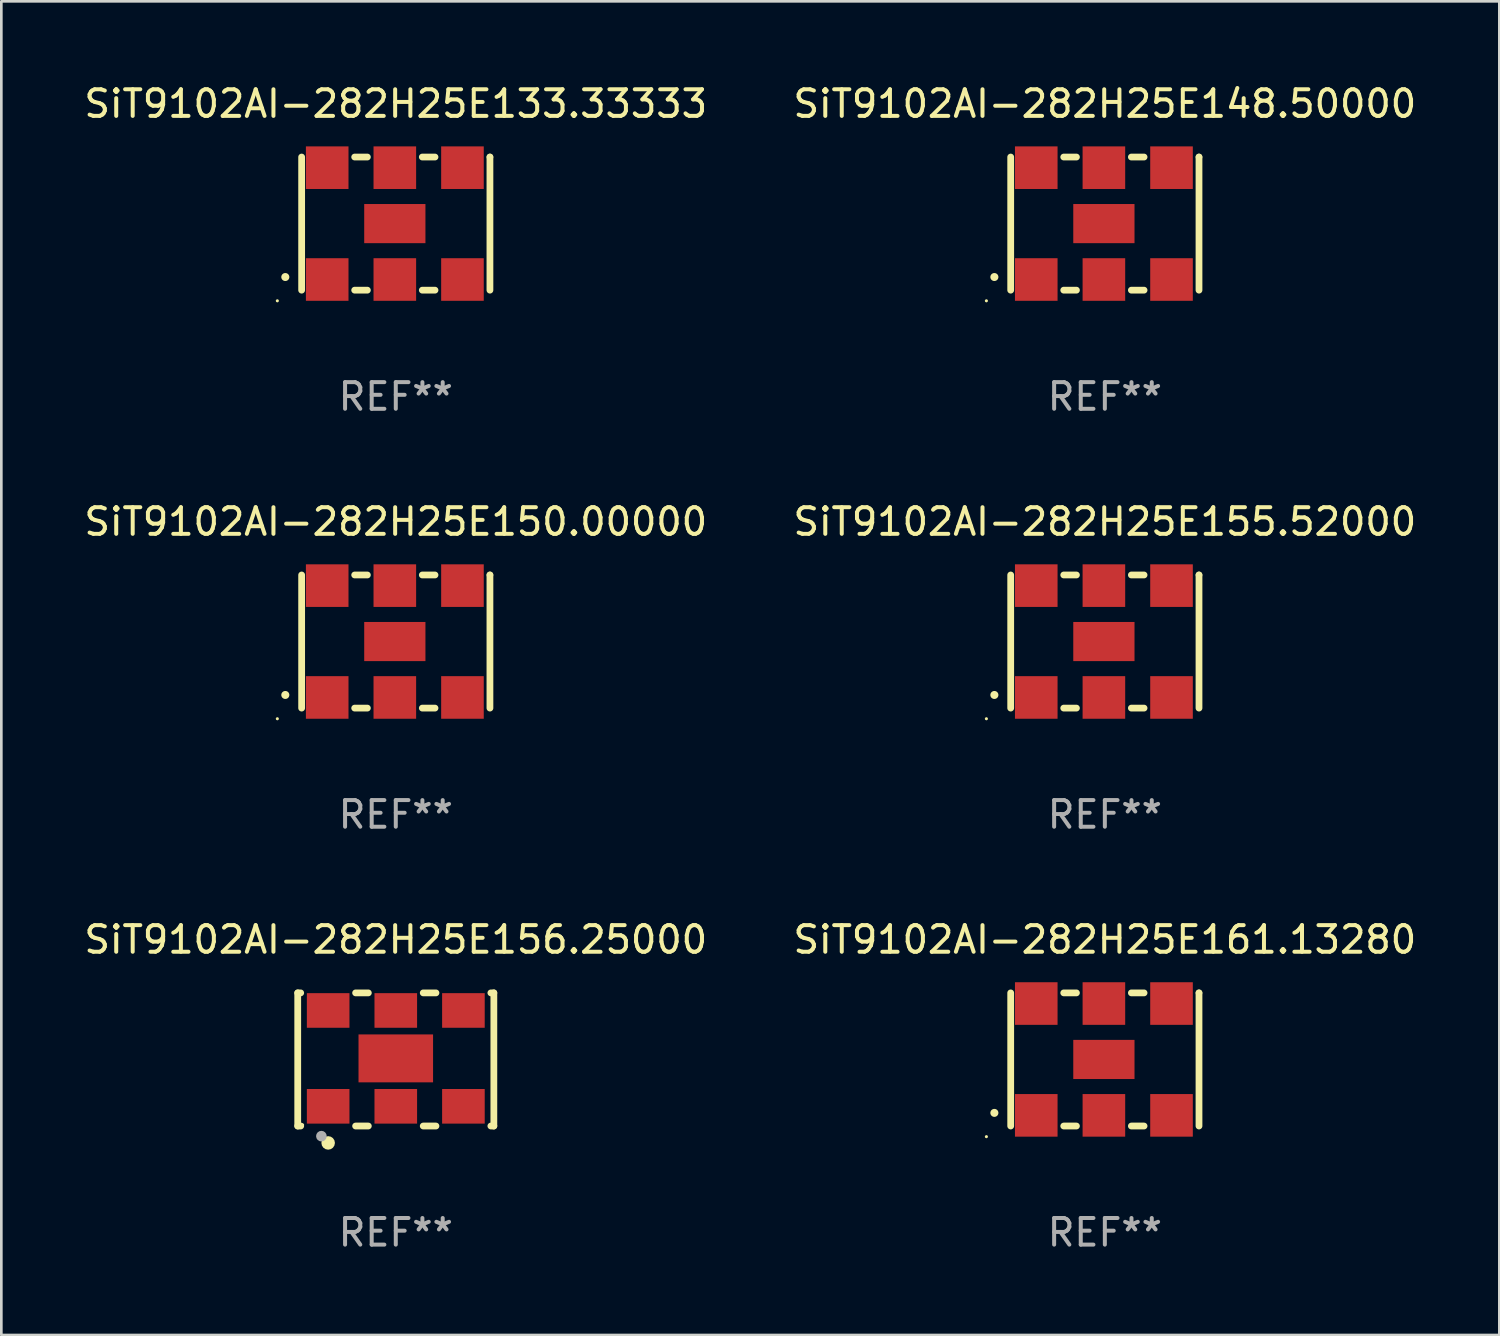
<source format=kicad_pcb>
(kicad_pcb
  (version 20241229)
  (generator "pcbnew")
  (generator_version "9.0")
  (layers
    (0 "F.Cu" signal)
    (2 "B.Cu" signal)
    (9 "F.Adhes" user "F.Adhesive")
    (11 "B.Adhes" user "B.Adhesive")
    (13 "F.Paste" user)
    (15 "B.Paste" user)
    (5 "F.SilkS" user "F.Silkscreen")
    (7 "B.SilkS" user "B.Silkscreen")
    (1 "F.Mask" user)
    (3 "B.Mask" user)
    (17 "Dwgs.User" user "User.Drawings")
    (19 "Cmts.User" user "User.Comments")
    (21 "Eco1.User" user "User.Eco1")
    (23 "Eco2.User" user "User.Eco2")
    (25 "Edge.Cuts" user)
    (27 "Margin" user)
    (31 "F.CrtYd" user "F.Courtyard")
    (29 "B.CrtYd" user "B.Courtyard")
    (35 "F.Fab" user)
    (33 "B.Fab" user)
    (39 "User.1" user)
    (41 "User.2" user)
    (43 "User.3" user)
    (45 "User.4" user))
  (footprint "SiT9102AI-282H25E150.00000"
    (layer "F.Cu")
    (at 11.815 21.045)
    (property "Reference" "SiT9102AI-282H25E150.00000" (at 0 -4.5 0) (layer "F.SilkS") (effects (font (size 1 1) (thickness 0.15))))
    (attr through_hole)
    (fp_line (start -3.536 -2.5) (end -3.536 2.5) (stroke (width 0.254) (type solid)) (layer "F.SilkS"))
    (fp_line (start -1.544 2.5) (end -1.067 2.5) (stroke (width 0.254) (type solid)) (layer "F.SilkS"))
    (fp_line (start -1.067 -2.5) (end -1.544 -2.5) (stroke (width 0.254) (type solid)) (layer "F.SilkS"))
    (fp_line (start 0.996 2.5) (end 1.473 2.5) (stroke (width 0.254) (type solid)) (layer "F.SilkS"))
    (fp_line (start 1.473 -2.5) (end 0.996 -2.5) (stroke (width 0.254) (type solid)) (layer "F.SilkS"))
    (fp_line (start 3.536 -2.5) (end 3.536 -2.5) (stroke (width 0.254) (type solid)) (layer "F.SilkS"))
    (fp_line (start 3.536 2.5) (end 3.536 -2.5) (stroke (width 0.254) (type solid)) (layer "F.SilkS"))
    (fp_arc (start -4.150432 2.006604) (mid -4.149162 2.006599) (end -4.147892 2.006604) (stroke (width 0.3) (type solid)) (layer "F.SilkS"))
    (fp_circle (center -4.449 2.9) (end -4.419 2.9) (stroke (width 0.06) (type solid)) (fill no) (layer "F.SilkS"))
    (fp_text user "REF**" (at 0 6.5 0) (layer "F.Fab") (effects (font (size 1 1) (thickness 0.15))))
    (pad "1" smd rect (at -2.576 2.1) (size 1.6 1.6) (layers "F.Cu" "F.Mask" "F.Paste"))
    (pad "2" smd rect (at -0.036 2.1) (size 1.6 1.6) (layers "F.Cu" "F.Mask" "F.Paste"))
    (pad "3" smd rect (at 2.504 2.1) (size 1.6 1.6) (layers "F.Cu" "F.Mask" "F.Paste"))
    (pad "4" smd rect (at 2.504 -2.1) (size 1.6 1.6) (layers "F.Cu" "F.Mask" "F.Paste"))
    (pad "5" smd rect (at -0.036 -2.1) (size 1.6 1.6) (layers "F.Cu" "F.Mask" "F.Paste"))
    (pad "6" smd rect (at -2.576 -2.1) (size 1.6 1.6) (layers "F.Cu" "F.Mask" "F.Paste"))
    (pad "7" smd rect (at -0.036 0) (size 2.3 1.47) (layers "F.Cu" "F.Mask" "F.Paste")))
  (footprint "SiT9102AI-282H25E133.33333"
    (layer "F.Cu")
    (at 11.815 5.348)
    (property "Reference" "SiT9102AI-282H25E133.33333" (at 0 -4.5 0) (layer "F.SilkS") (effects (font (size 1 1) (thickness 0.15))))
    (attr through_hole)
    (fp_line (start -3.536 -2.5) (end -3.536 2.5) (stroke (width 0.254) (type solid)) (layer "F.SilkS"))
    (fp_line (start -1.544 2.5) (end -1.067 2.5) (stroke (width 0.254) (type solid)) (layer "F.SilkS"))
    (fp_line (start -1.067 -2.5) (end -1.544 -2.5) (stroke (width 0.254) (type solid)) (layer "F.SilkS"))
    (fp_line (start 0.996 2.5) (end 1.473 2.5) (stroke (width 0.254) (type solid)) (layer "F.SilkS"))
    (fp_line (start 1.473 -2.5) (end 0.996 -2.5) (stroke (width 0.254) (type solid)) (layer "F.SilkS"))
    (fp_line (start 3.536 -2.5) (end 3.536 -2.5) (stroke (width 0.254) (type solid)) (layer "F.SilkS"))
    (fp_line (start 3.536 2.5) (end 3.536 -2.5) (stroke (width 0.254) (type solid)) (layer "F.SilkS"))
    (fp_arc (start -4.150432 2.006604) (mid -4.149162 2.006599) (end -4.147892 2.006604) (stroke (width 0.3) (type solid)) (layer "F.SilkS"))
    (fp_circle (center -4.449 2.9) (end -4.419 2.9) (stroke (width 0.06) (type solid)) (fill no) (layer "F.SilkS"))
    (fp_text user "REF**" (at 0 6.5 0) (layer "F.Fab") (effects (font (size 1 1) (thickness 0.15))))
    (pad "1" smd rect (at -2.576 2.1) (size 1.6 1.6) (layers "F.Cu" "F.Mask" "F.Paste"))
    (pad "2" smd rect (at -0.036 2.1) (size 1.6 1.6) (layers "F.Cu" "F.Mask" "F.Paste"))
    (pad "3" smd rect (at 2.504 2.1) (size 1.6 1.6) (layers "F.Cu" "F.Mask" "F.Paste"))
    (pad "4" smd rect (at 2.504 -2.1) (size 1.6 1.6) (layers "F.Cu" "F.Mask" "F.Paste"))
    (pad "5" smd rect (at -0.036 -2.1) (size 1.6 1.6) (layers "F.Cu" "F.Mask" "F.Paste"))
    (pad "6" smd rect (at -2.576 -2.1) (size 1.6 1.6) (layers "F.Cu" "F.Mask" "F.Paste"))
    (pad "7" smd rect (at -0.036 0) (size 2.3 1.47) (layers "F.Cu" "F.Mask" "F.Paste")))
  (footprint "SiT9102AI-282H25E161.13280"
    (layer "F.Cu")
    (at 38.446 36.741)
    (property "Reference" "SiT9102AI-282H25E161.13280" (at 0 -4.5 0) (layer "F.SilkS") (effects (font (size 1 1) (thickness 0.15))))
    (attr through_hole)
    (fp_line (start -3.536 -2.5) (end -3.536 2.5) (stroke (width 0.254) (type solid)) (layer "F.SilkS"))
    (fp_line (start -1.544 2.5) (end -1.067 2.5) (stroke (width 0.254) (type solid)) (layer "F.SilkS"))
    (fp_line (start -1.067 -2.5) (end -1.544 -2.5) (stroke (width 0.254) (type solid)) (layer "F.SilkS"))
    (fp_line (start 0.996 2.5) (end 1.473 2.5) (stroke (width 0.254) (type solid)) (layer "F.SilkS"))
    (fp_line (start 1.473 -2.5) (end 0.996 -2.5) (stroke (width 0.254) (type solid)) (layer "F.SilkS"))
    (fp_line (start 3.536 -2.5) (end 3.536 -2.5) (stroke (width 0.254) (type solid)) (layer "F.SilkS"))
    (fp_line (start 3.536 2.5) (end 3.536 -2.5) (stroke (width 0.254) (type solid)) (layer "F.SilkS"))
    (fp_arc (start -4.150432 2.006604) (mid -4.149162 2.006599) (end -4.147892 2.006604) (stroke (width 0.3) (type solid)) (layer "F.SilkS"))
    (fp_circle (center -4.449 2.9) (end -4.419 2.9) (stroke (width 0.06) (type solid)) (fill no) (layer "F.SilkS"))
    (fp_text user "REF**" (at 0 6.5 0) (layer "F.Fab") (effects (font (size 1 1) (thickness 0.15))))
    (pad "1" smd rect (at -2.576 2.1) (size 1.6 1.6) (layers "F.Cu" "F.Mask" "F.Paste"))
    (pad "2" smd rect (at -0.036 2.1) (size 1.6 1.6) (layers "F.Cu" "F.Mask" "F.Paste"))
    (pad "3" smd rect (at 2.504 2.1) (size 1.6 1.6) (layers "F.Cu" "F.Mask" "F.Paste"))
    (pad "4" smd rect (at 2.504 -2.1) (size 1.6 1.6) (layers "F.Cu" "F.Mask" "F.Paste"))
    (pad "5" smd rect (at -0.036 -2.1) (size 1.6 1.6) (layers "F.Cu" "F.Mask" "F.Paste"))
    (pad "6" smd rect (at -2.576 -2.1) (size 1.6 1.6) (layers "F.Cu" "F.Mask" "F.Paste"))
    (pad "7" smd rect (at -0.036 0) (size 2.3 1.47) (layers "F.Cu" "F.Mask" "F.Paste")))
  (footprint "SiT9102AI-282H25E155.52000"
    (layer "F.Cu")
    (at 38.446 21.045)
    (property "Reference" "SiT9102AI-282H25E155.52000" (at 0 -4.5 0) (layer "F.SilkS") (effects (font (size 1 1) (thickness 0.15))))
    (attr through_hole)
    (fp_line (start -3.536 -2.5) (end -3.536 2.5) (stroke (width 0.254) (type solid)) (layer "F.SilkS"))
    (fp_line (start -1.544 2.5) (end -1.067 2.5) (stroke (width 0.254) (type solid)) (layer "F.SilkS"))
    (fp_line (start -1.067 -2.5) (end -1.544 -2.5) (stroke (width 0.254) (type solid)) (layer "F.SilkS"))
    (fp_line (start 0.996 2.5) (end 1.473 2.5) (stroke (width 0.254) (type solid)) (layer "F.SilkS"))
    (fp_line (start 1.473 -2.5) (end 0.996 -2.5) (stroke (width 0.254) (type solid)) (layer "F.SilkS"))
    (fp_line (start 3.536 -2.5) (end 3.536 -2.5) (stroke (width 0.254) (type solid)) (layer "F.SilkS"))
    (fp_line (start 3.536 2.5) (end 3.536 -2.5) (stroke (width 0.254) (type solid)) (layer "F.SilkS"))
    (fp_arc (start -4.150432 2.006604) (mid -4.149162 2.006599) (end -4.147892 2.006604) (stroke (width 0.3) (type solid)) (layer "F.SilkS"))
    (fp_circle (center -4.449 2.9) (end -4.419 2.9) (stroke (width 0.06) (type solid)) (fill no) (layer "F.SilkS"))
    (fp_text user "REF**" (at 0 6.5 0) (layer "F.Fab") (effects (font (size 1 1) (thickness 0.15))))
    (pad "1" smd rect (at -2.576 2.1) (size 1.6 1.6) (layers "F.Cu" "F.Mask" "F.Paste"))
    (pad "2" smd rect (at -0.036 2.1) (size 1.6 1.6) (layers "F.Cu" "F.Mask" "F.Paste"))
    (pad "3" smd rect (at 2.504 2.1) (size 1.6 1.6) (layers "F.Cu" "F.Mask" "F.Paste"))
    (pad "4" smd rect (at 2.504 -2.1) (size 1.6 1.6) (layers "F.Cu" "F.Mask" "F.Paste"))
    (pad "5" smd rect (at -0.036 -2.1) (size 1.6 1.6) (layers "F.Cu" "F.Mask" "F.Paste"))
    (pad "6" smd rect (at -2.576 -2.1) (size 1.6 1.6) (layers "F.Cu" "F.Mask" "F.Paste"))
    (pad "7" smd rect (at -0.036 0) (size 2.3 1.47) (layers "F.Cu" "F.Mask" "F.Paste")))
  (footprint "SiT9102AI-282H25E156.25000"
    (layer "F.Cu")
    (at 11.815 36.741)
    (property "Reference" "SiT9102AI-282H25E156.25000" (at 0 -4.5 0) (layer "F.SilkS") (effects (font (size 1 1) (thickness 0.15))))
    (attr through_hole)
    (fp_line (start -3.683 -2.5) (end -3.571 -2.5) (stroke (width 0.254) (type solid)) (layer "F.SilkS"))
    (fp_line (start -3.683 2.5) (end -3.683 -2.5) (stroke (width 0.254) (type solid)) (layer "F.SilkS"))
    (fp_line (start -3.683 2.5) (end -3.571 2.5) (stroke (width 0.254) (type solid)) (layer "F.SilkS"))
    (fp_line (start -1.509 -2.5) (end -1.031 -2.5) (stroke (width 0.254) (type solid)) (layer "F.SilkS"))
    (fp_line (start -1.509 2.5) (end -1.031 2.5) (stroke (width 0.254) (type solid)) (layer "F.SilkS"))
    (fp_line (start 1.031 -2.5) (end 1.509 -2.5) (stroke (width 0.254) (type solid)) (layer "F.SilkS"))
    (fp_line (start 1.031 2.5) (end 1.509 2.5) (stroke (width 0.254) (type solid)) (layer "F.SilkS"))
    (fp_line (start 3.571 -2.5) (end 3.683 -2.5) (stroke (width 0.254) (type solid)) (layer "F.SilkS"))
    (fp_line (start 3.571 2.5) (end 3.683 2.5) (stroke (width 0.254) (type solid)) (layer "F.SilkS"))
    (fp_line (start 3.683 2.5) (end 3.683 -2.5) (stroke (width 0.254) (type solid)) (layer "F.SilkS"))
    (fp_circle (center -3.5 2.46) (end -3.47 2.46) (stroke (width 0.06) (type solid)) (fill no) (layer "F.SilkS"))
    (fp_circle (center -2.54 3.135) (end -2.413 3.135) (stroke (width 0.254) (type solid)) (fill no) (layer "F.SilkS"))
    (fp_circle (center -2.794 2.881) (end -2.694 2.881) (stroke (width 0.2) (type solid)) (fill no) (layer "F.Fab"))
    (fp_text user "REF**" (at 0 6.5 0) (layer "F.Fab") (effects (font (size 1 1) (thickness 0.15))))
    (pad "1" smd rect (at -2.54 1.76) (size 1.6 1.3) (layers "F.Cu" "F.Mask" "F.Paste"))
    (pad "2" smd rect (at 0 1.76) (size 1.6 1.3) (layers "F.Cu" "F.Mask" "F.Paste"))
    (pad "3" smd rect (at 2.54 1.76) (size 1.6 1.3) (layers "F.Cu" "F.Mask" "F.Paste"))
    (pad "4" smd rect (at 2.54 -1.84) (size 1.6 1.3) (layers "F.Cu" "F.Mask" "F.Paste"))
    (pad "5" smd rect (at 0 -1.84) (size 1.6 1.3) (layers "F.Cu" "F.Mask" "F.Paste"))
    (pad "6" smd rect (at -2.54 -1.84) (size 1.6 1.3) (layers "F.Cu" "F.Mask" "F.Paste"))
    (pad "7" smd rect (at 0 -0.04) (size 2.8 1.8) (layers "F.Cu" "F.Mask" "F.Paste")))
  (footprint "SiT9102AI-282H25E148.50000"
    (layer "F.Cu")
    (at 38.446 5.348)
    (property "Reference" "SiT9102AI-282H25E148.50000" (at 0 -4.5 0) (layer "F.SilkS") (effects (font (size 1 1) (thickness 0.15))))
    (attr through_hole)
    (fp_line (start -3.536 -2.5) (end -3.536 2.5) (stroke (width 0.254) (type solid)) (layer "F.SilkS"))
    (fp_line (start -1.544 2.5) (end -1.067 2.5) (stroke (width 0.254) (type solid)) (layer "F.SilkS"))
    (fp_line (start -1.067 -2.5) (end -1.544 -2.5) (stroke (width 0.254) (type solid)) (layer "F.SilkS"))
    (fp_line (start 0.996 2.5) (end 1.473 2.5) (stroke (width 0.254) (type solid)) (layer "F.SilkS"))
    (fp_line (start 1.473 -2.5) (end 0.996 -2.5) (stroke (width 0.254) (type solid)) (layer "F.SilkS"))
    (fp_line (start 3.536 -2.5) (end 3.536 -2.5) (stroke (width 0.254) (type solid)) (layer "F.SilkS"))
    (fp_line (start 3.536 2.5) (end 3.536 -2.5) (stroke (width 0.254) (type solid)) (layer "F.SilkS"))
    (fp_arc (start -4.150432 2.006604) (mid -4.149162 2.006599) (end -4.147892 2.006604) (stroke (width 0.3) (type solid)) (layer "F.SilkS"))
    (fp_circle (center -4.449 2.9) (end -4.419 2.9) (stroke (width 0.06) (type solid)) (fill no) (layer "F.SilkS"))
    (fp_text user "REF**" (at 0 6.5 0) (layer "F.Fab") (effects (font (size 1 1) (thickness 0.15))))
    (pad "1" smd rect (at -2.576 2.1) (size 1.6 1.6) (layers "F.Cu" "F.Mask" "F.Paste"))
    (pad "2" smd rect (at -0.036 2.1) (size 1.6 1.6) (layers "F.Cu" "F.Mask" "F.Paste"))
    (pad "3" smd rect (at 2.504 2.1) (size 1.6 1.6) (layers "F.Cu" "F.Mask" "F.Paste"))
    (pad "4" smd rect (at 2.504 -2.1) (size 1.6 1.6) (layers "F.Cu" "F.Mask" "F.Paste"))
    (pad "5" smd rect (at -0.036 -2.1) (size 1.6 1.6) (layers "F.Cu" "F.Mask" "F.Paste"))
    (pad "6" smd rect (at -2.576 -2.1) (size 1.6 1.6) (layers "F.Cu" "F.Mask" "F.Paste"))
    (pad "7" smd rect (at -0.036 0) (size 2.3 1.47) (layers "F.Cu" "F.Mask" "F.Paste")))
  (gr_rect
    (start -3 -3)
    (end 53.262 47.09)
    (stroke (width 0.1) (type default))
    (fill no)
    (layer "Edge.Cuts")))
</source>
